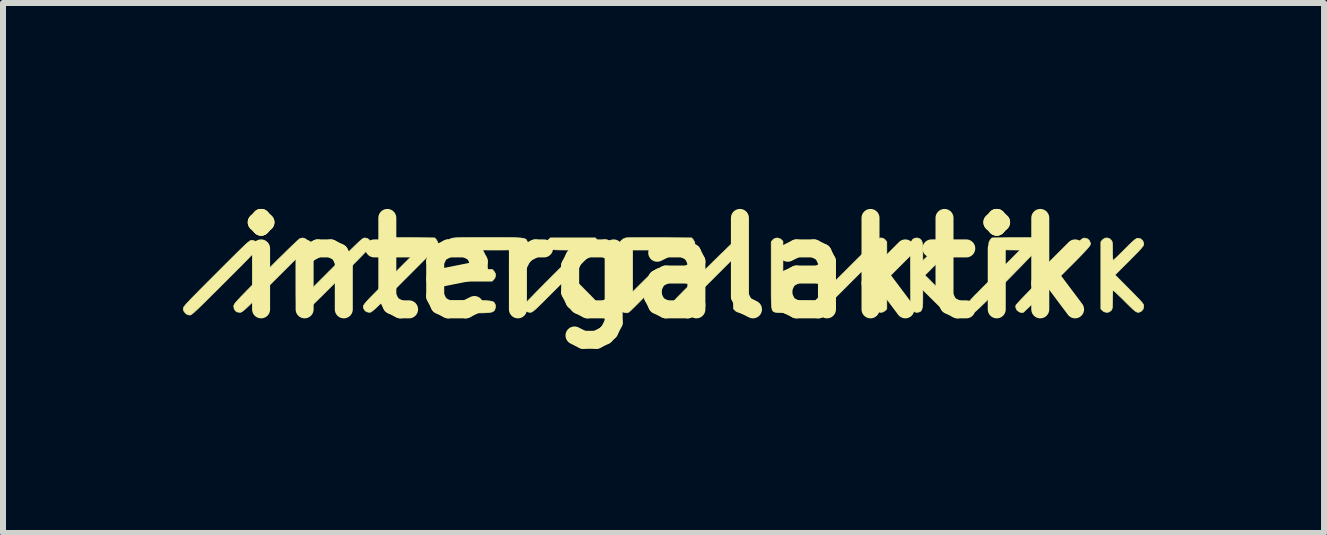
<source format=kicad_pcb>
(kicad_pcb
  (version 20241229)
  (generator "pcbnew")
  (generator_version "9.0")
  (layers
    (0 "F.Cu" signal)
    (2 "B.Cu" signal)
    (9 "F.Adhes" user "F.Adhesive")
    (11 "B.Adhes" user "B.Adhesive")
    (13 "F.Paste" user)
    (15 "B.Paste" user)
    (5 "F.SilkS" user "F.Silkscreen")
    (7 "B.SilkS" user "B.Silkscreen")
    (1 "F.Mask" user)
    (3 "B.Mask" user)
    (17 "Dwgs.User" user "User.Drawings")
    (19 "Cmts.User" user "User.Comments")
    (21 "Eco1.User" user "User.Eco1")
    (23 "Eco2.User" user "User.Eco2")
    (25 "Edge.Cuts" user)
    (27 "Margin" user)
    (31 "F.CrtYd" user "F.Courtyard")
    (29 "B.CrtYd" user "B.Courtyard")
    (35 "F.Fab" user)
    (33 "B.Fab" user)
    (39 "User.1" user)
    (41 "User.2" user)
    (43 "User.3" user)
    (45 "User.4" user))
  (footprint "intergalaktik"
    (layer "F.Cu")
    (at 8.052 1.418)
    (property "Reference" "intergalaktik" (at 0 0 0) (layer "F.SilkS") (effects (font (size 1.524 1.524) (thickness 0.3))))
    (attr through_hole)
    (fp_poly (pts (xy -2.869 0.051) (xy -2.845 0.089) (xy -2.84 0.121) (xy -2.85 0.165) (xy -2.869 0.191) (xy -2.897 0.219) (xy -3.589 0.219) (xy -3.618 0.184) (xy -3.638 0.154) (xy -3.648 0.126) (xy -3.648 0.121) (xy -3.641 0.095) (xy -3.623 0.065) (xy -3.618 0.059) (xy -3.589 0.023) (xy -2.897 0.023) (xy -2.869 0.051)) (stroke (width 0.01) (type solid)) (fill yes) (layer "F.SilkS"))
    (fp_poly (pts (xy -3.149 0.543) (xy -3.068 0.543) (xy -3.005 0.545) (xy -2.957 0.548) (xy -2.922 0.552) (xy -2.897 0.557) (xy -2.879 0.565) (xy -2.866 0.575) (xy -2.855 0.588) (xy -2.843 0.619) (xy -2.842 0.659) (xy -2.853 0.694) (xy -2.863 0.71) (xy -2.878 0.723) (xy -2.9 0.733) (xy -2.931 0.74) (xy -2.973 0.745) (xy -3.03 0.748) (xy -3.104 0.749) (xy -3.198 0.75) (xy -3.241 0.749) (xy -3.324 0.749) (xy -3.401 0.747) (xy -3.468 0.745) (xy -3.522 0.743) (xy -3.56 0.74) (xy -3.576 0.738) (xy -3.612 0.716) (xy -3.637 0.68) (xy -3.648 0.638) (xy -3.648 0.635) (xy -3.641 0.611) (xy -3.621 0.583) (xy -3.615 0.576) (xy -3.581 0.543) (xy -3.25 0.543) (xy -3.149 0.543)) (stroke (width 0.01) (type solid)) (fill yes) (layer "F.SilkS"))
    (fp_poly (pts (xy -2.838 -0.508) (xy -2.721 -0.508) (xy -2.624 -0.507) (xy -2.544 -0.506) (xy -2.481 -0.504) (xy -2.43 -0.501) (xy -2.392 -0.497) (xy -2.364 -0.491) (xy -2.344 -0.484) (xy -2.331 -0.475) (xy -2.322 -0.464) (xy -2.316 -0.452) (xy -2.311 -0.44) (xy -2.305 -0.396) (xy -2.311 -0.369) (xy -2.316 -0.354) (xy -2.323 -0.342) (xy -2.332 -0.331) (xy -2.345 -0.323) (xy -2.365 -0.316) (xy -2.393 -0.311) (xy -2.431 -0.307) (xy -2.482 -0.304) (xy -2.546 -0.302) (xy -2.626 -0.301) (xy -2.723 -0.3) (xy -2.84 -0.3) (xy -2.975 -0.3) (xy -3.115 -0.301) (xy -3.234 -0.301) (xy -3.332 -0.302) (xy -3.412 -0.303) (xy -3.476 -0.304) (xy -3.523 -0.306) (xy -3.558 -0.309) (xy -3.58 -0.312) (xy -3.591 -0.315) (xy -3.625 -0.344) (xy -3.642 -0.381) (xy -3.642 -0.422) (xy -3.625 -0.459) (xy -3.59 -0.488) (xy -3.58 -0.492) (xy -3.566 -0.496) (xy -3.548 -0.499) (xy -3.522 -0.502) (xy -3.488 -0.504) (xy -3.443 -0.505) (xy -3.385 -0.507) (xy -3.312 -0.507) (xy -3.222 -0.508) (xy -3.113 -0.508) (xy -2.983 -0.508) (xy -2.975 -0.508) (xy -2.838 -0.508)) (stroke (width 0.01) (type solid)) (fill yes) (layer "F.SilkS"))
    (fp_poly (pts (xy 7.025 -0.488) (xy 7.058 -0.461) (xy 7.076 -0.42) (xy 7.077 -0.401) (xy 7.076 -0.392) (xy 7.072 -0.381) (xy 7.063 -0.368) (xy 7.049 -0.349) (xy 7.029 -0.325) (xy 7.001 -0.294) (xy 6.964 -0.255) (xy 6.917 -0.207) (xy 6.86 -0.148) (xy 6.79 -0.077) (xy 6.706 0.006) (xy 6.609 0.104) (xy 6.526 0.187) (xy 6.432 0.28) (xy 6.343 0.369) (xy 6.259 0.451) (xy 6.182 0.526) (xy 6.114 0.592) (xy 6.056 0.648) (xy 6.009 0.692) (xy 5.976 0.724) (xy 5.956 0.741) (xy 5.952 0.743) (xy 5.926 0.743) (xy 5.894 0.733) (xy 5.888 0.73) (xy 5.851 0.701) (xy 5.833 0.662) (xy 5.834 0.622) (xy 5.843 0.609) (xy 5.868 0.582) (xy 5.906 0.54) (xy 5.957 0.487) (xy 6.019 0.423) (xy 6.091 0.349) (xy 6.171 0.267) (xy 6.259 0.178) (xy 6.353 0.084) (xy 6.388 0.048) (xy 6.496 -0.06) (xy 6.589 -0.153) (xy 6.668 -0.231) (xy 6.735 -0.297) (xy 6.79 -0.351) (xy 6.835 -0.394) (xy 6.871 -0.428) (xy 6.9 -0.454) (xy 6.922 -0.472) (xy 6.939 -0.485) (xy 6.953 -0.493) (xy 6.963 -0.497) (xy 6.973 -0.499) (xy 6.98 -0.499) (xy 7.025 -0.488)) (stroke (width 0.01) (type solid)) (fill yes) (layer "F.SilkS"))
    (fp_poly (pts (xy 6.06 -0.506) (xy 6.113 -0.503) (xy 6.153 -0.499) (xy 6.182 -0.493) (xy 6.202 -0.484) (xy 6.216 -0.472) (xy 6.226 -0.457) (xy 6.234 -0.439) (xy 6.243 -0.403) (xy 6.241 -0.373) (xy 6.232 -0.359) (xy 6.208 -0.331) (xy 6.17 -0.291) (xy 6.122 -0.239) (xy 6.063 -0.178) (xy 5.997 -0.109) (xy 5.924 -0.033) (xy 5.846 0.046) (xy 5.765 0.129) (xy 5.683 0.212) (xy 5.601 0.295) (xy 5.52 0.375) (xy 5.443 0.452) (xy 5.372 0.522) (xy 5.307 0.586) (xy 5.251 0.64) (xy 5.205 0.684) (xy 5.171 0.715) (xy 5.15 0.732) (xy 5.147 0.734) (xy 5.104 0.749) (xy 5.068 0.743) (xy 5.033 0.717) (xy 5.006 0.68) (xy 4.999 0.645) (xy 5 0.636) (xy 5.004 0.624) (xy 5.013 0.61) (xy 5.027 0.592) (xy 5.047 0.567) (xy 5.076 0.536) (xy 5.114 0.495) (xy 5.162 0.445) (xy 5.223 0.384) (xy 5.296 0.31) (xy 5.384 0.222) (xy 5.451 0.154) (xy 5.904 -0.299) (xy 5.67 -0.302) (xy 5.436 -0.306) (xy 5.408 -0.338) (xy 5.385 -0.381) (xy 5.384 -0.424) (xy 5.406 -0.467) (xy 5.408 -0.47) (xy 5.436 -0.502) (xy 5.794 -0.506) (xy 5.903 -0.506) (xy 5.991 -0.507) (xy 6.06 -0.506)) (stroke (width 0.01) (type solid)) (fill yes) (layer "F.SilkS"))
    (fp_poly (pts (xy -6.857 -0.451) (xy -6.822 -0.423) (xy -6.803 -0.383) (xy -6.8 -0.359) (xy -6.801 -0.351) (xy -6.804 -0.341) (xy -6.81 -0.329) (xy -6.82 -0.314) (xy -6.836 -0.294) (xy -6.858 -0.268) (xy -6.888 -0.235) (xy -6.928 -0.194) (xy -6.977 -0.143) (xy -7.037 -0.082) (xy -7.11 -0.008) (xy -7.197 0.079) (xy -7.298 0.18) (xy -7.352 0.234) (xy -7.461 0.343) (xy -7.555 0.436) (xy -7.635 0.516) (xy -7.702 0.582) (xy -7.758 0.637) (xy -7.804 0.681) (xy -7.841 0.715) (xy -7.87 0.742) (xy -7.892 0.76) (xy -7.91 0.773) (xy -7.923 0.78) (xy -7.933 0.784) (xy -7.941 0.785) (xy -7.98 0.776) (xy -8.013 0.751) (xy -8.04 0.715) (xy -8.047 0.679) (xy -8.046 0.671) (xy -8.042 0.66) (xy -8.035 0.647) (xy -8.022 0.63) (xy -8.003 0.607) (xy -7.977 0.578) (xy -7.942 0.541) (xy -7.898 0.495) (xy -7.843 0.439) (xy -7.776 0.371) (xy -7.697 0.291) (xy -7.603 0.197) (xy -7.496 0.09) (xy -7.387 -0.019) (xy -7.294 -0.112) (xy -7.214 -0.191) (xy -7.147 -0.258) (xy -7.091 -0.312) (xy -7.046 -0.356) (xy -7.009 -0.391) (xy -6.98 -0.417) (xy -6.957 -0.435) (xy -6.94 -0.448) (xy -6.927 -0.456) (xy -6.916 -0.46) (xy -6.907 -0.462) (xy -6.903 -0.462) (xy -6.857 -0.451)) (stroke (width 0.01) (type solid)) (fill yes) (layer "F.SilkS"))
    (fp_poly (pts (xy 1.269 -0.489) (xy 1.302 -0.469) (xy 1.315 -0.452) (xy 1.319 -0.435) (xy 1.321 -0.396) (xy 1.324 -0.336) (xy 1.325 -0.254) (xy 1.327 -0.15) (xy 1.327 -0.023) (xy 1.328 0.126) (xy 1.328 0.682) (xy 1.299 0.711) (xy 1.261 0.734) (xy 1.217 0.74) (xy 1.175 0.726) (xy 1.154 0.709) (xy 1.126 0.679) (xy 1.12 0.265) (xy 1.114 -0.15) (xy 0.67 0.294) (xy 0.573 0.391) (xy 0.491 0.472) (xy 0.423 0.54) (xy 0.367 0.595) (xy 0.322 0.639) (xy 0.286 0.673) (xy 0.257 0.698) (xy 0.235 0.716) (xy 0.219 0.728) (xy 0.205 0.735) (xy 0.195 0.738) (xy 0.185 0.739) (xy 0.181 0.739) (xy 0.138 0.731) (xy 0.109 0.711) (xy 0.086 0.675) (xy 0.081 0.638) (xy 0.081 0.629) (xy 0.083 0.62) (xy 0.088 0.609) (xy 0.097 0.594) (xy 0.111 0.576) (xy 0.131 0.553) (xy 0.159 0.522) (xy 0.196 0.484) (xy 0.242 0.437) (xy 0.299 0.379) (xy 0.369 0.31) (xy 0.451 0.228) (xy 0.549 0.131) (xy 0.626 0.054) (xy 0.72 -0.038) (xy 0.809 -0.126) (xy 0.893 -0.208) (xy 0.97 -0.282) (xy 1.037 -0.348) (xy 1.095 -0.403) (xy 1.142 -0.447) (xy 1.176 -0.478) (xy 1.195 -0.494) (xy 1.198 -0.497) (xy 1.232 -0.5) (xy 1.269 -0.489)) (stroke (width 0.01) (type solid)) (fill yes) (layer "F.SilkS"))
    (fp_poly (pts (xy -4.299 -0.507) (xy -4.212 -0.506) (xy -4.193 -0.506) (xy -3.854 -0.502) (xy -3.826 -0.47) (xy -3.804 -0.432) (xy -3.798 -0.401) (xy -3.8 -0.392) (xy -3.804 -0.382) (xy -3.813 -0.368) (xy -3.827 -0.349) (xy -3.848 -0.324) (xy -3.877 -0.293) (xy -3.914 -0.253) (xy -3.961 -0.204) (xy -4.02 -0.144) (xy -4.091 -0.072) (xy -4.175 0.012) (xy -4.273 0.111) (xy -4.35 0.187) (xy -4.458 0.296) (xy -4.551 0.389) (xy -4.631 0.468) (xy -4.698 0.534) (xy -4.753 0.589) (xy -4.799 0.633) (xy -4.835 0.667) (xy -4.864 0.693) (xy -4.887 0.712) (xy -4.904 0.725) (xy -4.917 0.733) (xy -4.928 0.737) (xy -4.938 0.739) (xy -4.945 0.739) (xy -4.988 0.731) (xy -5.017 0.711) (xy -5.041 0.672) (xy -5.045 0.645) (xy -5.044 0.635) (xy -5.04 0.624) (xy -5.031 0.61) (xy -5.017 0.591) (xy -4.996 0.566) (xy -4.967 0.534) (xy -4.928 0.493) (xy -4.879 0.442) (xy -4.818 0.38) (xy -4.744 0.306) (xy -4.656 0.217) (xy -4.592 0.153) (xy -4.139 -0.3) (xy -4.597 -0.3) (xy -4.631 -0.334) (xy -4.657 -0.373) (xy -4.663 -0.415) (xy -4.649 -0.453) (xy -4.619 -0.483) (xy -4.573 -0.502) (xy -4.57 -0.502) (xy -4.549 -0.504) (xy -4.508 -0.505) (xy -4.45 -0.506) (xy -4.38 -0.507) (xy -4.299 -0.507)) (stroke (width 0.01) (type solid)) (fill yes) (layer "F.SilkS"))
    (fp_poly (pts (xy -0.188 -0.506) (xy -0.1 -0.506) (xy 0.429 -0.502) (xy 0.457 -0.47) (xy 0.481 -0.428) (xy 0.482 -0.385) (xy 0.46 -0.344) (xy 0.451 -0.334) (xy 0.417 -0.3) (xy -0.554 -0.3) (xy -0.554 0.397) (xy -0.36 0.204) (xy -0.294 0.14) (xy -0.243 0.09) (xy -0.202 0.054) (xy -0.17 0.029) (xy -0.145 0.015) (xy -0.124 0.01) (xy -0.105 0.013) (xy -0.086 0.021) (xy -0.079 0.024) (xy -0.057 0.045) (xy -0.039 0.078) (xy -0.029 0.113) (xy -0.031 0.135) (xy -0.04 0.148) (xy -0.064 0.174) (xy -0.099 0.213) (xy -0.144 0.26) (xy -0.197 0.315) (xy -0.254 0.374) (xy -0.314 0.436) (xy -0.374 0.497) (xy -0.433 0.557) (xy -0.487 0.611) (xy -0.535 0.659) (xy -0.574 0.697) (xy -0.603 0.723) (xy -0.618 0.736) (xy -0.652 0.748) (xy -0.689 0.743) (xy -0.7 0.739) (xy -0.714 0.733) (xy -0.725 0.727) (xy -0.735 0.718) (xy -0.743 0.704) (xy -0.749 0.684) (xy -0.753 0.656) (xy -0.757 0.617) (xy -0.759 0.566) (xy -0.761 0.501) (xy -0.762 0.42) (xy -0.762 0.32) (xy -0.762 0.201) (xy -0.762 0.118) (xy -0.762 -0.44) (xy -0.734 -0.467) (xy -0.703 -0.489) (xy -0.668 -0.502) (xy -0.649 -0.503) (xy -0.609 -0.505) (xy -0.551 -0.505) (xy -0.477 -0.506) (xy -0.391 -0.506) (xy -0.294 -0.506) (xy -0.188 -0.506)) (stroke (width 0.01) (type solid)) (fill yes) (layer "F.SilkS"))
    (fp_poly (pts (xy 4.213 -0.495) (xy 4.24 -0.482) (xy 4.258 -0.463) (xy 4.271 -0.434) (xy 4.279 -0.391) (xy 4.283 -0.331) (xy 4.283 -0.269) (xy 4.283 -0.122) (xy 4.472 -0.309) (xy 4.534 -0.37) (xy 4.582 -0.417) (xy 4.619 -0.451) (xy 4.646 -0.474) (xy 4.667 -0.488) (xy 4.682 -0.495) (xy 4.696 -0.496) (xy 4.728 -0.494) (xy 4.75 -0.489) (xy 4.773 -0.47) (xy 4.791 -0.438) (xy 4.799 -0.401) (xy 4.797 -0.383) (xy 4.786 -0.363) (xy 4.759 -0.329) (xy 4.714 -0.28) (xy 4.654 -0.216) (xy 4.578 -0.139) (xy 4.554 -0.115) (xy 4.318 0.121) (xy 4.561 0.364) (xy 4.632 0.436) (xy 4.689 0.495) (xy 4.733 0.541) (xy 4.764 0.577) (xy 4.785 0.605) (xy 4.797 0.627) (xy 4.801 0.646) (xy 4.799 0.663) (xy 4.791 0.681) (xy 4.786 0.692) (xy 4.765 0.721) (xy 4.737 0.735) (xy 4.696 0.739) (xy 4.682 0.737) (xy 4.666 0.73) (xy 4.646 0.716) (xy 4.618 0.693) (xy 4.581 0.659) (xy 4.533 0.612) (xy 4.472 0.552) (xy 4.283 0.365) (xy 4.283 0.512) (xy 4.282 0.591) (xy 4.277 0.649) (xy 4.267 0.69) (xy 4.251 0.717) (xy 4.227 0.732) (xy 4.195 0.738) (xy 4.175 0.739) (xy 4.133 0.728) (xy 4.109 0.709) (xy 4.081 0.679) (xy 4.078 0.146) (xy 4.077 0.001) (xy 4.077 -0.123) (xy 4.078 -0.224) (xy 4.079 -0.305) (xy 4.081 -0.366) (xy 4.084 -0.407) (xy 4.087 -0.43) (xy 4.087 -0.431) (xy 4.11 -0.472) (xy 4.145 -0.496) (xy 4.189 -0.501) (xy 4.213 -0.495)) (stroke (width 0.01) (type solid)) (fill yes) (layer "F.SilkS"))
    (fp_poly (pts (xy -1.148 -0.47) (xy -1.126 -0.432) (xy -1.12 -0.401) (xy -1.121 -0.388) (xy -1.127 -0.374) (xy -1.139 -0.356) (xy -1.159 -0.332) (xy -1.187 -0.3) (xy -1.227 -0.258) (xy -1.28 -0.204) (xy -1.347 -0.136) (xy -1.359 -0.124) (xy -1.598 0.115) (xy -1.359 0.356) (xy -1.29 0.426) (xy -1.236 0.481) (xy -1.194 0.525) (xy -1.164 0.558) (xy -1.143 0.583) (xy -1.13 0.602) (xy -1.123 0.617) (xy -1.12 0.63) (xy -1.12 0.637) (xy -1.129 0.686) (xy -1.155 0.72) (xy -1.195 0.737) (xy -1.216 0.739) (xy -1.23 0.738) (xy -1.244 0.736) (xy -1.258 0.73) (xy -1.276 0.718) (xy -1.299 0.699) (xy -1.33 0.67) (xy -1.371 0.631) (xy -1.423 0.58) (xy -1.489 0.514) (xy -1.504 0.499) (xy -1.743 0.26) (xy -1.983 0.499) (xy -2.052 0.569) (xy -2.108 0.623) (xy -2.151 0.665) (xy -2.184 0.695) (xy -2.209 0.716) (xy -2.228 0.729) (xy -2.243 0.736) (xy -2.256 0.739) (xy -2.263 0.739) (xy -2.299 0.734) (xy -2.329 0.722) (xy -2.329 0.721) (xy -2.35 0.696) (xy -2.362 0.659) (xy -2.364 0.623) (xy -2.358 0.606) (xy -2.348 0.594) (xy -2.323 0.568) (xy -2.285 0.529) (xy -2.235 0.478) (xy -2.175 0.416) (xy -2.107 0.347) (xy -2.031 0.27) (xy -1.949 0.188) (xy -1.904 0.143) (xy -1.461 -0.3) (xy -1.683 -0.3) (xy -1.775 -0.301) (xy -1.846 -0.303) (xy -1.899 -0.308) (xy -1.937 -0.317) (xy -1.962 -0.33) (xy -1.977 -0.348) (xy -1.984 -0.373) (xy -1.986 -0.405) (xy -1.986 -0.409) (xy -1.975 -0.45) (xy -1.956 -0.474) (xy -1.926 -0.502) (xy -1.176 -0.502) (xy -1.148 -0.47)) (stroke (width 0.01) (type solid)) (fill yes) (layer "F.SilkS"))
    (fp_poly (pts (xy 3.624 -0.495) (xy 3.653 -0.472) (xy 3.656 -0.469) (xy 3.683 -0.437) (xy 3.683 0.682) (xy 3.655 0.711) (xy 3.618 0.734) (xy 3.575 0.74) (xy 3.536 0.729) (xy 3.511 0.708) (xy 3.504 0.7) (xy 3.499 0.69) (xy 3.495 0.676) (xy 3.492 0.655) (xy 3.49 0.626) (xy 3.488 0.586) (xy 3.488 0.533) (xy 3.487 0.464) (xy 3.487 0.377) (xy 3.487 0.269) (xy 3.487 0.264) (xy 3.486 0.169) (xy 3.486 0.081) (xy 3.485 0.004) (xy 3.483 -0.06) (xy 3.482 -0.109) (xy 3.48 -0.14) (xy 3.478 -0.15) (xy 3.469 -0.142) (xy 3.444 -0.119) (xy 3.407 -0.083) (xy 3.357 -0.035) (xy 3.298 0.024) (xy 3.229 0.091) (xy 3.154 0.166) (xy 3.072 0.247) (xy 3.023 0.297) (xy 2.576 0.743) (xy 2.22 0.747) (xy 2.118 0.747) (xy 2.027 0.747) (xy 1.95 0.746) (xy 1.89 0.744) (xy 1.848 0.741) (xy 1.828 0.738) (xy 1.811 0.733) (xy 1.798 0.728) (xy 1.787 0.72) (xy 1.778 0.708) (xy 1.77 0.69) (xy 1.765 0.664) (xy 1.761 0.628) (xy 1.758 0.58) (xy 1.756 0.518) (xy 1.755 0.44) (xy 1.755 0.345) (xy 1.755 0.23) (xy 1.755 0.119) (xy 1.755 -0.437) (xy 1.781 -0.468) (xy 1.817 -0.494) (xy 1.86 -0.501) (xy 1.902 -0.488) (xy 1.922 -0.474) (xy 1.951 -0.446) (xy 1.951 0.542) (xy 2.488 0.548) (xy 3.016 0.024) (xy 3.122 -0.082) (xy 3.213 -0.172) (xy 3.29 -0.249) (xy 3.355 -0.312) (xy 3.408 -0.364) (xy 3.452 -0.405) (xy 3.487 -0.438) (xy 3.514 -0.462) (xy 3.535 -0.479) (xy 3.551 -0.49) (xy 3.564 -0.497) (xy 3.574 -0.5) (xy 3.584 -0.501) (xy 3.586 -0.501) (xy 3.624 -0.495)) (stroke (width 0.01) (type solid)) (fill yes) (layer "F.SilkS"))
    (fp_poly (pts (xy 7.396 -0.489) (xy 7.419 -0.469) (xy 7.431 -0.455) (xy 7.438 -0.44) (xy 7.443 -0.419) (xy 7.446 -0.388) (xy 7.447 -0.343) (xy 7.447 -0.282) (xy 7.447 -0.225) (xy 7.449 -0.178) (xy 7.452 -0.144) (xy 7.455 -0.128) (xy 7.456 -0.127) (xy 7.466 -0.135) (xy 7.49 -0.157) (xy 7.526 -0.19) (xy 7.57 -0.234) (xy 7.621 -0.284) (xy 7.649 -0.312) (xy 7.709 -0.372) (xy 7.756 -0.418) (xy 7.792 -0.451) (xy 7.819 -0.473) (xy 7.839 -0.487) (xy 7.855 -0.494) (xy 7.869 -0.496) (xy 7.872 -0.496) (xy 7.914 -0.486) (xy 7.947 -0.458) (xy 7.965 -0.419) (xy 7.966 -0.402) (xy 7.965 -0.389) (xy 7.96 -0.375) (xy 7.949 -0.358) (xy 7.93 -0.335) (xy 7.903 -0.304) (xy 7.865 -0.264) (xy 7.814 -0.212) (xy 7.749 -0.147) (xy 7.727 -0.124) (xy 7.488 0.115) (xy 7.727 0.356) (xy 7.796 0.425) (xy 7.85 0.481) (xy 7.892 0.524) (xy 7.922 0.557) (xy 7.943 0.582) (xy 7.956 0.601) (xy 7.963 0.616) (xy 7.966 0.629) (xy 7.966 0.64) (xy 7.957 0.684) (xy 7.93 0.718) (xy 7.891 0.737) (xy 7.872 0.739) (xy 7.859 0.737) (xy 7.843 0.731) (xy 7.823 0.718) (xy 7.797 0.697) (xy 7.762 0.665) (xy 7.716 0.62) (xy 7.657 0.562) (xy 7.649 0.554) (xy 7.596 0.501) (xy 7.547 0.454) (xy 7.507 0.415) (xy 7.476 0.387) (xy 7.458 0.372) (xy 7.455 0.369) (xy 7.452 0.38) (xy 7.449 0.41) (xy 7.448 0.454) (xy 7.447 0.509) (xy 7.447 0.524) (xy 7.446 0.587) (xy 7.445 0.633) (xy 7.442 0.663) (xy 7.437 0.684) (xy 7.429 0.7) (xy 7.423 0.708) (xy 7.39 0.733) (xy 7.35 0.74) (xy 7.308 0.731) (xy 7.279 0.711) (xy 7.251 0.682) (xy 7.251 -0.437) (xy 7.278 -0.469) (xy 7.314 -0.496) (xy 7.356 -0.502) (xy 7.396 -0.489)) (stroke (width 0.01) (type solid)) (fill yes) (layer "F.SilkS"))
    (fp_poly (pts (xy -4.972 -0.491) (xy -4.939 -0.463) (xy -4.921 -0.421) (xy -4.918 -0.395) (xy -4.919 -0.386) (xy -4.921 -0.376) (xy -4.927 -0.365) (xy -4.937 -0.35) (xy -4.952 -0.33) (xy -4.974 -0.305) (xy -5.004 -0.273) (xy -5.042 -0.233) (xy -5.09 -0.183) (xy -5.15 -0.122) (xy -5.222 -0.05) (xy -5.307 0.036) (xy -5.407 0.136) (xy -5.464 0.193) (xy -5.572 0.301) (xy -5.665 0.394) (xy -5.744 0.472) (xy -5.81 0.538) (xy -5.866 0.592) (xy -5.911 0.635) (xy -5.947 0.669) (xy -5.976 0.695) (xy -5.998 0.713) (xy -6.015 0.726) (xy -6.028 0.733) (xy -6.039 0.737) (xy -6.048 0.739) (xy -6.052 0.739) (xy -6.08 0.739) (xy -6.102 0.736) (xy -6.121 0.73) (xy -6.135 0.717) (xy -6.146 0.696) (xy -6.154 0.665) (xy -6.159 0.621) (xy -6.163 0.563) (xy -6.164 0.489) (xy -6.165 0.396) (xy -6.165 0.283) (xy -6.165 0.252) (xy -6.165 -0.155) (xy -6.613 0.292) (xy -6.71 0.388) (xy -6.792 0.47) (xy -6.86 0.538) (xy -6.917 0.593) (xy -6.962 0.637) (xy -6.999 0.672) (xy -7.027 0.697) (xy -7.049 0.715) (xy -7.066 0.727) (xy -7.079 0.734) (xy -7.09 0.738) (xy -7.101 0.739) (xy -7.107 0.739) (xy -7.149 0.733) (xy -7.178 0.713) (xy -7.179 0.712) (xy -7.2 0.674) (xy -7.204 0.64) (xy -7.204 0.631) (xy -7.202 0.621) (xy -7.197 0.61) (xy -7.189 0.596) (xy -7.175 0.578) (xy -7.156 0.555) (xy -7.128 0.525) (xy -7.093 0.487) (xy -7.047 0.44) (xy -6.991 0.382) (xy -6.923 0.313) (xy -6.841 0.231) (xy -6.746 0.135) (xy -6.67 0.06) (xy -6.571 -0.039) (xy -6.478 -0.132) (xy -6.392 -0.216) (xy -6.315 -0.292) (xy -6.247 -0.358) (xy -6.19 -0.411) (xy -6.146 -0.453) (xy -6.115 -0.48) (xy -6.099 -0.492) (xy -6.099 -0.492) (xy -6.054 -0.501) (xy -6.013 -0.489) (xy -5.982 -0.46) (xy -5.971 -0.438) (xy -5.966 -0.414) (xy -5.963 -0.368) (xy -5.96 -0.299) (xy -5.959 -0.208) (xy -5.958 -0.094) (xy -5.957 -0.001) (xy -5.957 0.398) (xy -5.508 -0.051) (xy -5.41 -0.149) (xy -5.328 -0.231) (xy -5.259 -0.299) (xy -5.202 -0.355) (xy -5.156 -0.399) (xy -5.12 -0.434) (xy -5.091 -0.459) (xy -5.069 -0.478) (xy -5.052 -0.49) (xy -5.038 -0.497) (xy -5.028 -0.5) (xy -5.018 -0.501) (xy -5.016 -0.501) (xy -4.972 -0.491)) (stroke (width 0.01) (type solid)) (fill yes) (layer "F.SilkS")))
  (gr_rect
    (start -3 -3)
    (end 19.024 5.836)
    (stroke (width 0.1) (type default))
    (fill no)
    (layer "Edge.Cuts")))
</source>
